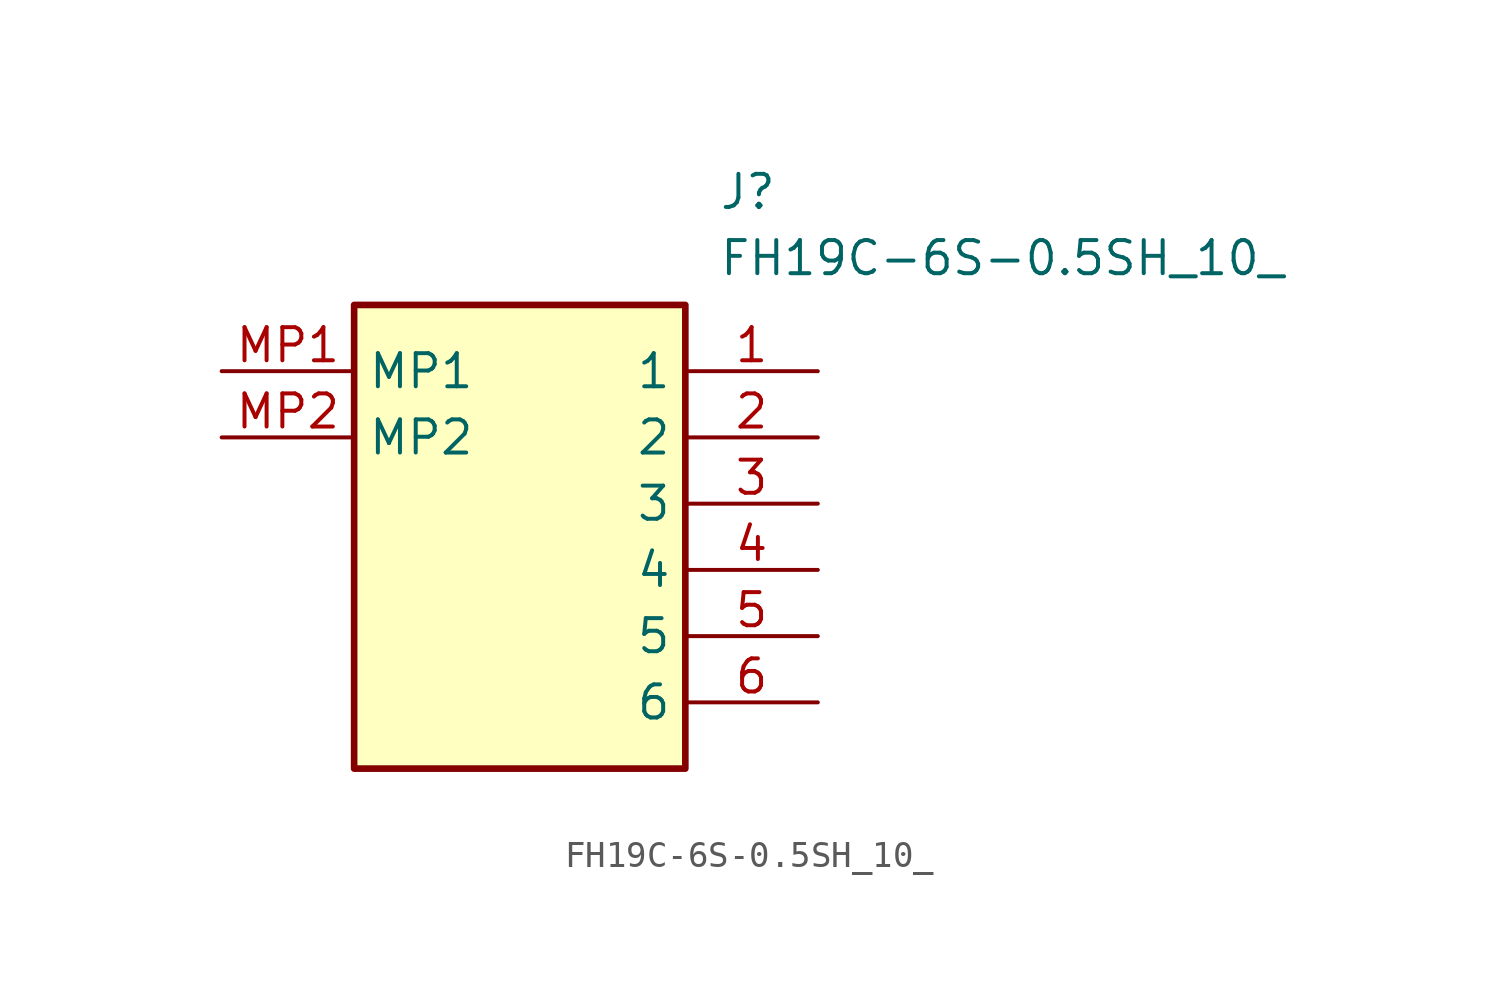
<source format=kicad_sym>
(kicad_symbol_lib
  (version 20211014)
  (generator SamacSys_ECAD_Model)
  (symbol "FH19C-6S-0.5SH_10_"
    (property "Reference" "J"
      (at 19.05 7.62 0)
      (effects (font (size 1.27 1.27)) (justify left top)))
    (property "Value" "FH19C-6S-0.5SH_10_"
      (at 19.05 5.08 0)
      (effects (font (size 1.27 1.27)) (justify left top)))
    (rectangle
      (start 5.08 2.54)
      (end 17.78 -15.24)
      (stroke (width 0.254) (type default))
      (fill (type background)))
    (pin passive line
      (at 22.86 0 180)
      (length 5.08)
      (name "1" (effects (font (size 1.27 1.27))))
      (number "1" (effects (font (size 1.27 1.27)))))
    (pin passive line
      (at 22.86 -2.54 180)
      (length 5.08)
      (name "2" (effects (font (size 1.27 1.27))))
      (number "2" (effects (font (size 1.27 1.27)))))
    (pin passive line
      (at 22.86 -5.08 180)
      (length 5.08)
      (name "3" (effects (font (size 1.27 1.27))))
      (number "3" (effects (font (size 1.27 1.27)))))
    (pin passive line
      (at 22.86 -7.62 180)
      (length 5.08)
      (name "4" (effects (font (size 1.27 1.27))))
      (number "4" (effects (font (size 1.27 1.27)))))
    (pin passive line
      (at 22.86 -10.16 180)
      (length 5.08)
      (name "5" (effects (font (size 1.27 1.27))))
      (number "5" (effects (font (size 1.27 1.27)))))
    (pin passive line
      (at 22.86 -12.7 180)
      (length 5.08)
      (name "6" (effects (font (size 1.27 1.27))))
      (number "6" (effects (font (size 1.27 1.27)))))
    (pin passive line
      (at 0 0 0)
      (length 5.08)
      (name "MP1" (effects (font (size 1.27 1.27))))
      (number "MP1" (effects (font (size 1.27 1.27)))))
    (pin passive line
      (at 0 -2.54 0)
      (length 5.08)
      (name "MP2" (effects (font (size 1.27 1.27))))
      (number "MP2" (effects (font (size 1.27 1.27)))))))
</source>
